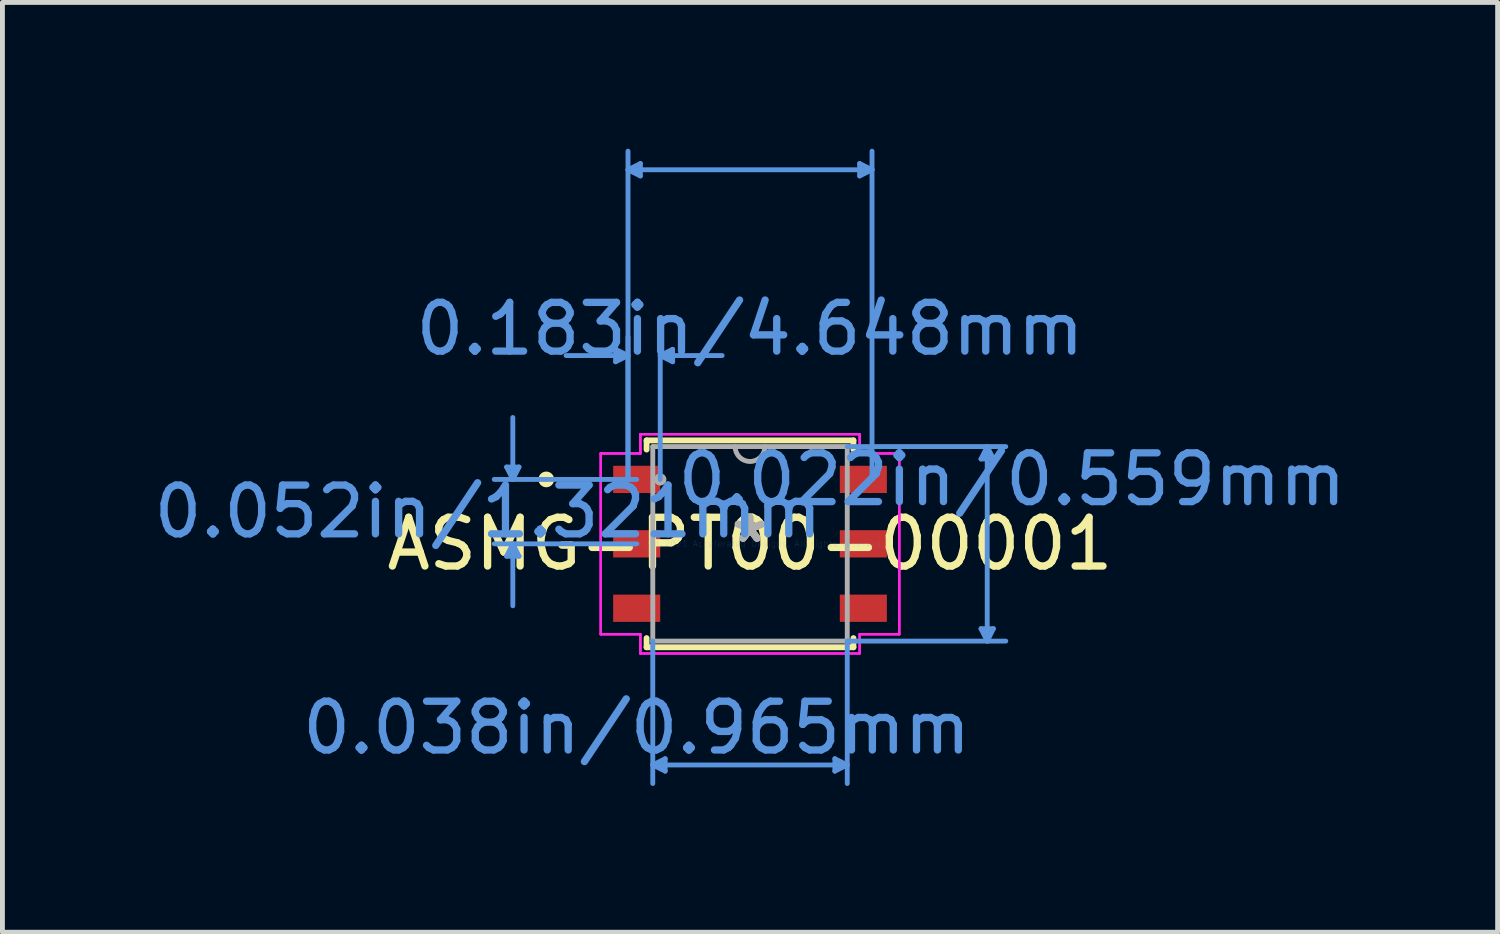
<source format=kicad_pcb>
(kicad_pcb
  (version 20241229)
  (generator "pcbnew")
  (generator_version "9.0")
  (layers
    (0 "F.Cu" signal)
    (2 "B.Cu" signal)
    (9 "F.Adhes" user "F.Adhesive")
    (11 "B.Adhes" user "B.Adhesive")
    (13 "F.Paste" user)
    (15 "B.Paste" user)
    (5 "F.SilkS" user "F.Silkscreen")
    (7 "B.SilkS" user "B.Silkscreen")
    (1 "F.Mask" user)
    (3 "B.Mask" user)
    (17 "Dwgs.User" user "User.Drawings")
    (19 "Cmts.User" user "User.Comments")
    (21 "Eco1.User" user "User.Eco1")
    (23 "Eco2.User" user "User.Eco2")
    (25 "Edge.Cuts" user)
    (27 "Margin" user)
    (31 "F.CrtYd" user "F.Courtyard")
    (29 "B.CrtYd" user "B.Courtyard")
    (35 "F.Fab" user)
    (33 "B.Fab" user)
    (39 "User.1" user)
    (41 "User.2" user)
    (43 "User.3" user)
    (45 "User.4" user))
  (footprint "ASMG-PT00-00001"
    (layer "F.Cu")
    (at 12.33 8.102)
    (property "Reference" "ASMG-PT00-00001" (at 0 0 0) (layer "F.SilkS") (effects (font (size 1 1) (thickness 0.15))))
    (attr through_hole)
    (fp_line (start -2.121 -2.121) (end -2.121 -1.933) (stroke (width 0.12) (type solid)) (layer "F.SilkS"))
    (fp_line (start -2.121 1.933) (end -2.121 2.121) (stroke (width 0.12) (type solid)) (layer "F.SilkS"))
    (fp_line (start -2.121 2.121) (end 2.121 2.121) (stroke (width 0.12) (type solid)) (layer "F.SilkS"))
    (fp_line (start 2.121 -2.121) (end -2.121 -2.121) (stroke (width 0.12) (type solid)) (layer "F.SilkS"))
    (fp_line (start 2.121 -1.933) (end 2.121 -2.121) (stroke (width 0.12) (type solid)) (layer "F.SilkS"))
    (fp_line (start 2.121 2.121) (end 2.121 1.933) (stroke (width 0.12) (type solid)) (layer "F.SilkS"))
    (fp_circle (center -4.178 -1.321) (end -4.077 -1.321) (stroke (width 0.12) (type solid)) (fill no) (layer "F.SilkS"))
    (fp_line (start -4.991 -1.575) (end -4.737 -1.575) (stroke (width 0.1) (type solid)) (layer "Cmts.User"))
    (fp_line (start -4.991 0.254) (end -4.737 0.254) (stroke (width 0.1) (type solid)) (layer "Cmts.User"))
    (fp_line (start -4.864 -1.321) (end -4.991 -1.575) (stroke (width 0.1) (type solid)) (layer "Cmts.User"))
    (fp_line (start -4.864 -1.321) (end -4.864 -2.591) (stroke (width 0.1) (type solid)) (layer "Cmts.User"))
    (fp_line (start -4.864 -1.321) (end -4.737 -1.575) (stroke (width 0.1) (type solid)) (layer "Cmts.User"))
    (fp_line (start -4.864 0) (end -4.991 0.254) (stroke (width 0.1) (type solid)) (layer "Cmts.User"))
    (fp_line (start -4.864 0) (end -4.864 1.27) (stroke (width 0.1) (type solid)) (layer "Cmts.User"))
    (fp_line (start -4.864 0) (end -4.737 0.254) (stroke (width 0.1) (type solid)) (layer "Cmts.User"))
    (fp_line (start -2.756 -3.988) (end -2.756 -3.734) (stroke (width 0.1) (type solid)) (layer "Cmts.User"))
    (fp_line (start -2.502 -7.671) (end -2.248 -7.798) (stroke (width 0.1) (type solid)) (layer "Cmts.User"))
    (fp_line (start -2.502 -7.671) (end -2.248 -7.544) (stroke (width 0.1) (type solid)) (layer "Cmts.User"))
    (fp_line (start -2.502 -7.671) (end 2.502 -7.671) (stroke (width 0.1) (type solid)) (layer "Cmts.User"))
    (fp_line (start -2.502 -3.861) (end -3.772 -3.861) (stroke (width 0.1) (type solid)) (layer "Cmts.User"))
    (fp_line (start -2.502 -3.861) (end -2.756 -3.988) (stroke (width 0.1) (type solid)) (layer "Cmts.User"))
    (fp_line (start -2.502 -3.861) (end -2.756 -3.734) (stroke (width 0.1) (type solid)) (layer "Cmts.User"))
    (fp_line (start -2.502 -1.321) (end -2.502 -8.052) (stroke (width 0.1) (type solid)) (layer "Cmts.User"))
    (fp_line (start -2.502 -1.321) (end -2.502 -4.242) (stroke (width 0.1) (type solid)) (layer "Cmts.User"))
    (fp_line (start -2.324 -1.321) (end -5.245 -1.321) (stroke (width 0.1) (type solid)) (layer "Cmts.User"))
    (fp_line (start -2.324 0) (end -5.245 0) (stroke (width 0.1) (type solid)) (layer "Cmts.User"))
    (fp_line (start -2.248 -7.798) (end -2.248 -7.544) (stroke (width 0.1) (type solid)) (layer "Cmts.User"))
    (fp_line (start -1.994 1.994) (end -1.994 4.915) (stroke (width 0.1) (type solid)) (layer "Cmts.User"))
    (fp_line (start -1.994 4.534) (end -1.74 4.407) (stroke (width 0.1) (type solid)) (layer "Cmts.User"))
    (fp_line (start -1.994 4.534) (end -1.74 4.661) (stroke (width 0.1) (type solid)) (layer "Cmts.User"))
    (fp_line (start -1.994 4.534) (end 1.994 4.534) (stroke (width 0.1) (type solid)) (layer "Cmts.User"))
    (fp_line (start -1.841 -3.861) (end -1.587 -3.988) (stroke (width 0.1) (type solid)) (layer "Cmts.User"))
    (fp_line (start -1.841 -3.861) (end -1.587 -3.734) (stroke (width 0.1) (type solid)) (layer "Cmts.User"))
    (fp_line (start -1.841 -3.861) (end -0.572 -3.861) (stroke (width 0.1) (type solid)) (layer "Cmts.User"))
    (fp_line (start -1.841 -1.321) (end -1.841 -4.242) (stroke (width 0.1) (type solid)) (layer "Cmts.User"))
    (fp_line (start -1.74 4.407) (end -1.74 4.661) (stroke (width 0.1) (type solid)) (layer "Cmts.User"))
    (fp_line (start -1.587 -3.988) (end -1.587 -3.734) (stroke (width 0.1) (type solid)) (layer "Cmts.User"))
    (fp_line (start 1.74 4.407) (end 1.74 4.661) (stroke (width 0.1) (type solid)) (layer "Cmts.User"))
    (fp_line (start 1.994 -1.994) (end 5.245 -1.994) (stroke (width 0.1) (type solid)) (layer "Cmts.User"))
    (fp_line (start 1.994 1.994) (end 1.994 4.915) (stroke (width 0.1) (type solid)) (layer "Cmts.User"))
    (fp_line (start 1.994 1.994) (end 5.245 1.994) (stroke (width 0.1) (type solid)) (layer "Cmts.User"))
    (fp_line (start 1.994 4.534) (end 1.74 4.407) (stroke (width 0.1) (type solid)) (layer "Cmts.User"))
    (fp_line (start 1.994 4.534) (end 1.74 4.661) (stroke (width 0.1) (type solid)) (layer "Cmts.User"))
    (fp_line (start 2.248 -7.798) (end 2.248 -7.544) (stroke (width 0.1) (type solid)) (layer "Cmts.User"))
    (fp_line (start 2.502 -7.671) (end 2.248 -7.798) (stroke (width 0.1) (type solid)) (layer "Cmts.User"))
    (fp_line (start 2.502 -7.671) (end 2.248 -7.544) (stroke (width 0.1) (type solid)) (layer "Cmts.User"))
    (fp_line (start 2.502 -1.321) (end 2.502 -8.052) (stroke (width 0.1) (type solid)) (layer "Cmts.User"))
    (fp_line (start 4.737 -1.74) (end 4.991 -1.74) (stroke (width 0.1) (type solid)) (layer "Cmts.User"))
    (fp_line (start 4.737 1.74) (end 4.991 1.74) (stroke (width 0.1) (type solid)) (layer "Cmts.User"))
    (fp_line (start 4.864 -1.994) (end 4.737 -1.74) (stroke (width 0.1) (type solid)) (layer "Cmts.User"))
    (fp_line (start 4.864 -1.994) (end 4.864 1.994) (stroke (width 0.1) (type solid)) (layer "Cmts.User"))
    (fp_line (start 4.864 -1.994) (end 4.991 -1.74) (stroke (width 0.1) (type solid)) (layer "Cmts.User"))
    (fp_line (start 4.864 1.994) (end 4.737 1.74) (stroke (width 0.1) (type solid)) (layer "Cmts.User"))
    (fp_line (start 4.864 1.994) (end 4.991 1.74) (stroke (width 0.1) (type solid)) (layer "Cmts.User"))
    (fp_line (start -3.061 -1.854) (end -2.248 -1.854) (stroke (width 0.05) (type solid)) (layer "F.CrtYd"))
    (fp_line (start -3.061 -1.854) (end -2.248 -1.854) (stroke (width 0.05) (type solid)) (layer "F.CrtYd"))
    (fp_line (start -3.061 1.854) (end -3.061 -1.854) (stroke (width 0.05) (type solid)) (layer "F.CrtYd"))
    (fp_line (start -3.061 1.854) (end -3.061 -1.854) (stroke (width 0.05) (type solid)) (layer "F.CrtYd"))
    (fp_line (start -3.061 1.854) (end -2.248 1.854) (stroke (width 0.05) (type solid)) (layer "F.CrtYd"))
    (fp_line (start -2.248 -2.248) (end 2.248 -2.248) (stroke (width 0.05) (type solid)) (layer "F.CrtYd"))
    (fp_line (start -2.248 -2.248) (end 2.248 -2.248) (stroke (width 0.05) (type solid)) (layer "F.CrtYd"))
    (fp_line (start -2.248 -1.854) (end -2.248 -2.248) (stroke (width 0.05) (type solid)) (layer "F.CrtYd"))
    (fp_line (start -2.248 -1.854) (end -2.248 -2.248) (stroke (width 0.05) (type solid)) (layer "F.CrtYd"))
    (fp_line (start -2.248 1.854) (end -3.061 1.854) (stroke (width 0.05) (type solid)) (layer "F.CrtYd"))
    (fp_line (start -2.248 2.248) (end -2.248 1.854) (stroke (width 0.05) (type solid)) (layer "F.CrtYd"))
    (fp_line (start -2.248 2.248) (end -2.248 1.854) (stroke (width 0.05) (type solid)) (layer "F.CrtYd"))
    (fp_line (start 2.248 -2.248) (end 2.248 -1.854) (stroke (width 0.05) (type solid)) (layer "F.CrtYd"))
    (fp_line (start 2.248 -2.248) (end 2.248 -1.854) (stroke (width 0.05) (type solid)) (layer "F.CrtYd"))
    (fp_line (start 2.248 -1.854) (end 3.061 -1.854) (stroke (width 0.05) (type solid)) (layer "F.CrtYd"))
    (fp_line (start 2.248 1.854) (end 2.248 2.248) (stroke (width 0.05) (type solid)) (layer "F.CrtYd"))
    (fp_line (start 2.248 1.854) (end 2.248 2.248) (stroke (width 0.05) (type solid)) (layer "F.CrtYd"))
    (fp_line (start 2.248 2.248) (end -2.248 2.248) (stroke (width 0.05) (type solid)) (layer "F.CrtYd"))
    (fp_line (start 2.248 2.248) (end -2.248 2.248) (stroke (width 0.05) (type solid)) (layer "F.CrtYd"))
    (fp_line (start 3.061 -1.854) (end 2.248 -1.854) (stroke (width 0.05) (type solid)) (layer "F.CrtYd"))
    (fp_line (start 3.061 -1.854) (end 3.061 1.854) (stroke (width 0.05) (type solid)) (layer "F.CrtYd"))
    (fp_line (start 3.061 -1.854) (end 3.061 1.854) (stroke (width 0.05) (type solid)) (layer "F.CrtYd"))
    (fp_line (start 3.061 1.854) (end 2.248 1.854) (stroke (width 0.05) (type solid)) (layer "F.CrtYd"))
    (fp_line (start 3.061 1.854) (end 2.248 1.854) (stroke (width 0.05) (type solid)) (layer "F.CrtYd"))
    (fp_line (start -1.994 -1.994) (end -1.994 1.994) (stroke (width 0.1) (type solid)) (layer "F.Fab"))
    (fp_line (start -1.994 1.994) (end 1.994 1.994) (stroke (width 0.1) (type solid)) (layer "F.Fab"))
    (fp_line (start 1.994 -1.994) (end -1.994 -1.994) (stroke (width 0.1) (type solid)) (layer "F.Fab"))
    (fp_line (start 1.994 1.994) (end 1.994 -1.994) (stroke (width 0.1) (type solid)) (layer "F.Fab"))
    (fp_arc (start 0.3048 -1.9939) (mid 0 -1.6891) (end -0.3048 -1.9939) (stroke (width 0.1) (type solid)) (layer "F.Fab"))
    (fp_circle (center -1.841 -1.321) (end -1.765 -1.321) (stroke (width 0.1) (type solid)) (fill no) (layer "F.Fab"))
    (fp_text user "*" (at 0 0 0) (layer "F.SilkS") (effects (font (size 1 1) (thickness 0.15))))
    (fp_text user "0.022in/0.559mm" (at 5.372 -1.321 0) (layer "Cmts.User") (effects (font (size 1 1) (thickness 0.15))))
    (fp_text user "0.038in/0.965mm" (at -2.324 3.772 0) (layer "Cmts.User") (effects (font (size 1 1) (thickness 0.15))))
    (fp_text user "0.052in/1.321mm" (at -5.372 -0.66 0) (layer "Cmts.User") (effects (font (size 1 1) (thickness 0.15))))
    (fp_text user "Copyright 2021 Accelerated Designs. All rights reserved." (at 0 0 0) (layer "Cmts.User") (effects (font (size 0.127 0.127) (thickness 0.002))))
    (fp_text user "0.183in/4.648mm" (at 0 -4.407 0) (layer "Cmts.User") (effects (font (size 1 1) (thickness 0.15))))
    (fp_text user "*" (at 0 0 0) (layer "F.Fab") (effects (font (size 1 1) (thickness 0.15))))
    (pad "1" smd rect (at -2.324 -1.321) (size 0.965 0.559) (layers "F.Cu" "F.Mask" "F.Paste"))
    (pad "2" smd rect (at -2.324 0) (size 0.965 0.559) (layers "F.Cu" "F.Mask" "F.Paste"))
    (pad "3" smd rect (at -2.324 1.321) (size 0.965 0.559) (layers "F.Cu" "F.Mask" "F.Paste"))
    (pad "4" smd rect (at 2.324 1.321) (size 0.965 0.559) (layers "F.Cu" "F.Mask" "F.Paste"))
    (pad "5" smd rect (at 2.324 0) (size 0.965 0.559) (layers "F.Cu" "F.Mask" "F.Paste"))
    (pad "6" smd rect (at 2.324 -1.321) (size 0.965 0.559) (layers "F.Cu" "F.Mask" "F.Paste")))
  (gr_rect
    (start -3 -3)
    (end 27.661 16.067)
    (stroke (width 0.1) (type default))
    (fill no)
    (layer "Edge.Cuts")))
</source>
